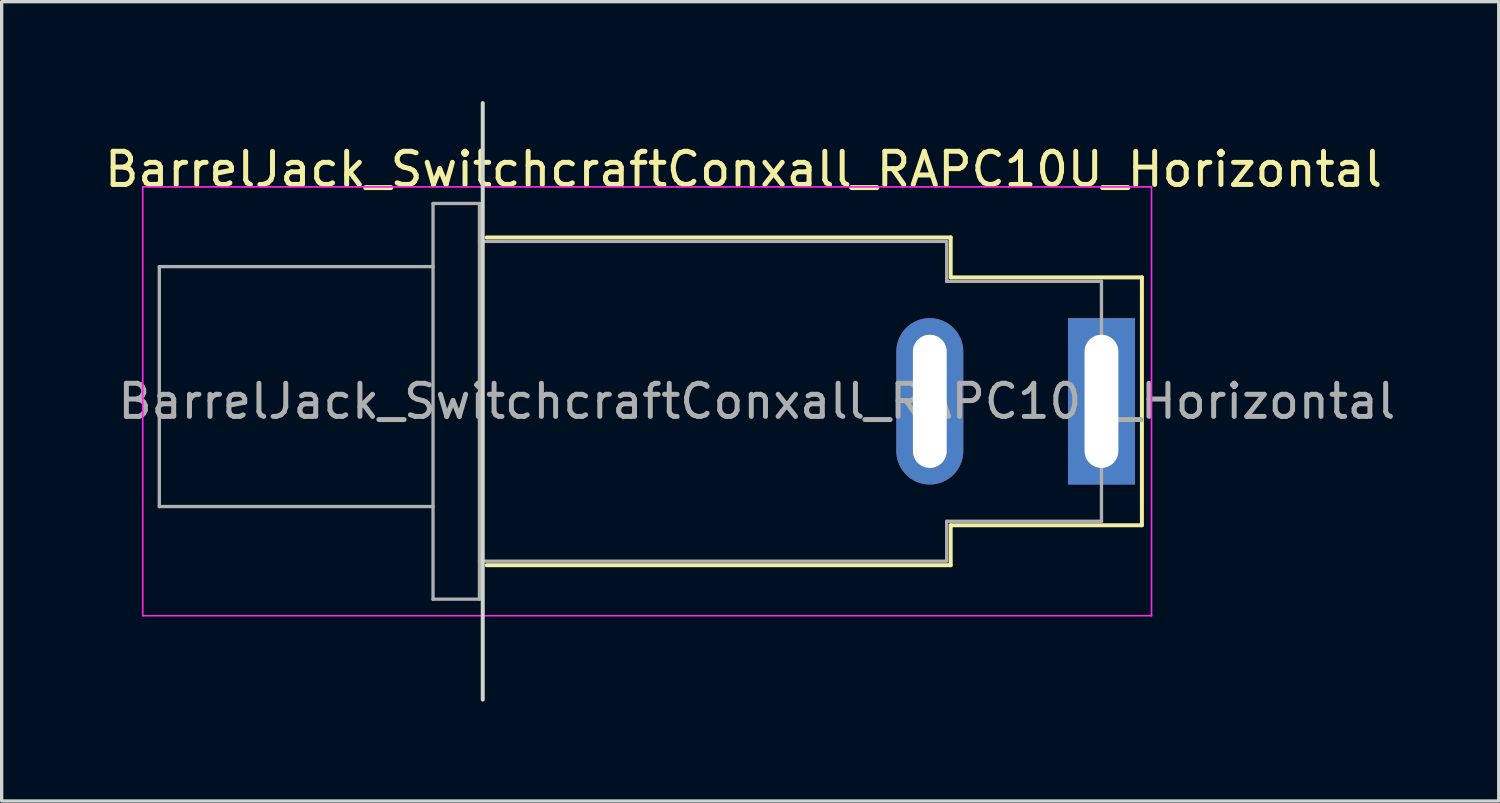
<source format=kicad_pcb>
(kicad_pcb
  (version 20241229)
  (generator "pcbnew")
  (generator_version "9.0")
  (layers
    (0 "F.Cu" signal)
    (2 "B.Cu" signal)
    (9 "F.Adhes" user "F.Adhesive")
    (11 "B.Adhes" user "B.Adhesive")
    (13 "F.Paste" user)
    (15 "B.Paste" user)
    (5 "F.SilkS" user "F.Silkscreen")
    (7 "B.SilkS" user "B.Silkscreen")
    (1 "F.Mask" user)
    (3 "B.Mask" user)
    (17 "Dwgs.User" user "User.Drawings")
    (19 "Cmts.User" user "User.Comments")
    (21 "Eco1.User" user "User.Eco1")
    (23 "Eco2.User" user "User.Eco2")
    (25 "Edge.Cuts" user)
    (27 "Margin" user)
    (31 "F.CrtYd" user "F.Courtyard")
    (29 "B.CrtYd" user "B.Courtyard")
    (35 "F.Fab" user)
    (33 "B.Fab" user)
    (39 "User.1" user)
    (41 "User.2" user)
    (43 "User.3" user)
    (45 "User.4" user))
  (footprint "BarrelJack_SwitchcraftConxall_RAPC10U_Horizontal"
    (layer "F.Cu")
    (at 30.187 9.06)
    (property "Reference" "BarrelJack_SwitchcraftConxall_RAPC10U_Horizontal" (at -10.8 -7 0) (layer "F.SilkS") (effects (font (size 1 1) (thickness 0.15))))
    (attr through_hole)
    (fp_line (start -18.55 4.945) (end -4.55 4.945) (stroke (width 0.12) (type solid)) (layer "F.SilkS"))
    (fp_line (start -4.55 -4.945) (end -18.55 -4.945) (stroke (width 0.12) (type solid)) (layer "F.SilkS"))
    (fp_line (start -4.55 -3.74) (end -4.55 -4.945) (stroke (width 0.12) (type solid)) (layer "F.SilkS"))
    (fp_line (start -4.55 3.74) (end 1.22 3.74) (stroke (width 0.12) (type solid)) (layer "F.SilkS"))
    (fp_line (start -4.55 4.945) (end -4.55 3.74) (stroke (width 0.12) (type solid)) (layer "F.SilkS"))
    (fp_line (start 1.22 -3.74) (end -4.55 -3.74) (stroke (width 0.12) (type solid)) (layer "F.SilkS"))
    (fp_line (start 1.22 3.74) (end 1.22 -3.74) (stroke (width 0.12) (type solid)) (layer "F.SilkS"))
    (fp_line (start -18.67 -9) (end -18.67 9) (stroke (width 0.12) (type solid)) (layer "Edge.Cuts"))
    (fp_line (start -28.93 -6.47) (end 1.51 -6.47) (stroke (width 0.05) (type solid)) (layer "F.CrtYd"))
    (fp_line (start -28.93 6.47) (end -28.93 -6.47) (stroke (width 0.05) (type solid)) (layer "F.CrtYd"))
    (fp_line (start 1.51 -6.47) (end 1.51 6.47) (stroke (width 0.05) (type solid)) (layer "F.CrtYd"))
    (fp_line (start 1.51 6.47) (end -28.93 6.47) (stroke (width 0.05) (type solid)) (layer "F.CrtYd"))
    (fp_line (start -28.43 -4.065) (end -28.43 3.175) (stroke (width 0.1) (type solid)) (layer "F.Fab"))
    (fp_line (start -28.43 3.175) (end -20.17 3.175) (stroke (width 0.1) (type solid)) (layer "F.Fab"))
    (fp_line (start -20.17 -5.97) (end -20.17 5.97) (stroke (width 0.1) (type solid)) (layer "F.Fab"))
    (fp_line (start -20.17 -5.97) (end -18.77 -5.97) (stroke (width 0.1) (type solid)) (layer "F.Fab"))
    (fp_line (start -20.17 -4.065) (end -28.43 -4.065) (stroke (width 0.1) (type solid)) (layer "F.Fab"))
    (fp_line (start -20.17 5.97) (end -18.77 5.97) (stroke (width 0.1) (type solid)) (layer "F.Fab"))
    (fp_line (start -18.77 -5.97) (end -18.77 5.97) (stroke (width 0.1) (type solid)) (layer "F.Fab"))
    (fp_line (start -18.77 -4.825) (end -4.67 -4.825) (stroke (width 0.1) (type solid)) (layer "F.Fab"))
    (fp_line (start -18.77 4.825) (end -4.67 4.825) (stroke (width 0.1) (type solid)) (layer "F.Fab"))
    (fp_line (start -4.67 -3.62) (end -4.67 -4.8) (stroke (width 0.1) (type solid)) (layer "F.Fab"))
    (fp_line (start -4.67 3.62) (end 0 3.62) (stroke (width 0.1) (type solid)) (layer "F.Fab"))
    (fp_line (start -4.67 4.8) (end -4.67 3.62) (stroke (width 0.1) (type solid)) (layer "F.Fab"))
    (fp_line (start 0 -3.62) (end -4.67 -3.62) (stroke (width 0.1) (type solid)) (layer "F.Fab"))
    (fp_line (start 0 3.62) (end 0 -3.62) (stroke (width 0.1) (type solid)) (layer "F.Fab"))
    (fp_text user "${REFERENCE}" (at -10.4 0 0) (layer "F.Fab") (effects (font (size 1 1) (thickness 0.15))))
    (pad "1" thru_hole rect (at 0 0) (size 2.02 5.02) (drill oval 1.02 4.02) (layers "*.Cu" "*.Mask"))
    (pad "2" thru_hole oval (at -5.18 0) (size 2.02 5.02) (drill oval 1.02 4.02) (layers "*.Cu" "*.Mask")))
  (gr_rect
    (start -3 -3)
    (end 42.174 21.12)
    (stroke (width 0.1) (type default))
    (fill no)
    (layer "Edge.Cuts")))
</source>
